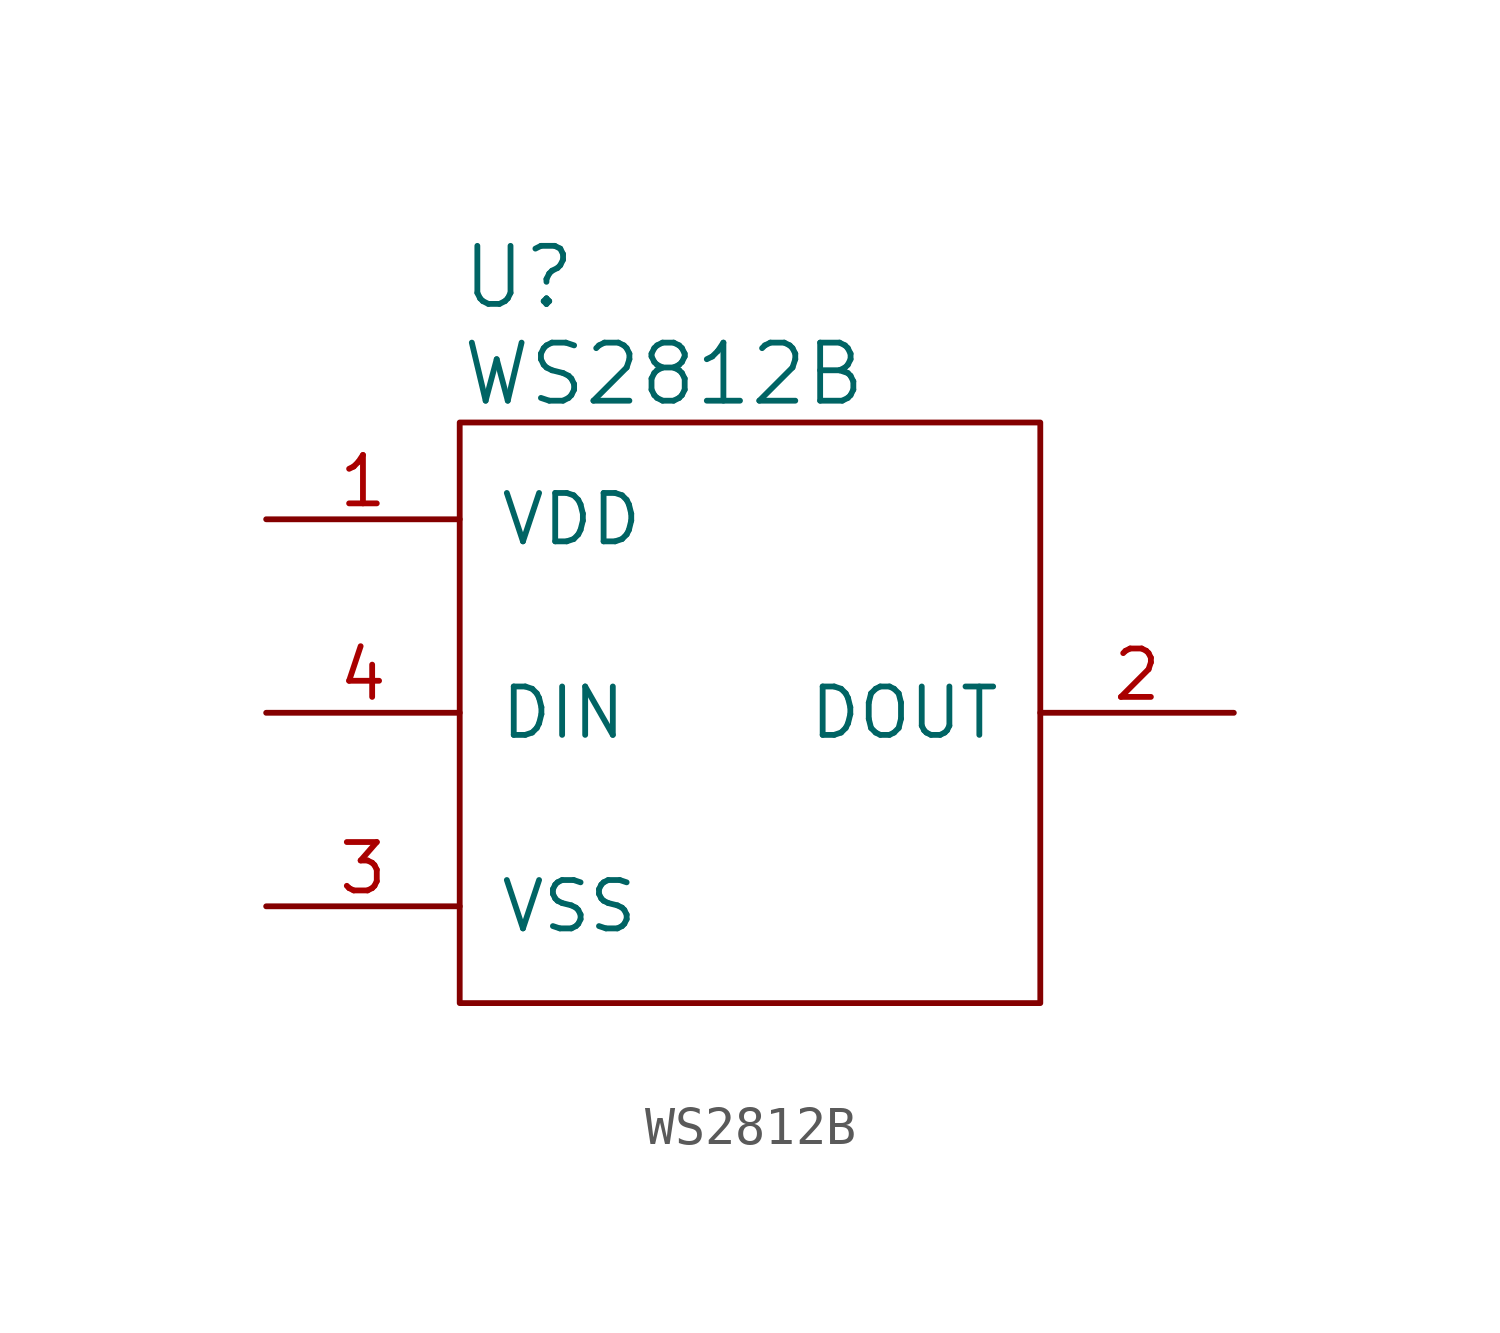
<source format=kicad_sym>
(kicad_symbol_lib
  (version 20211014)
  (generator kicad_symbol_editor)
  (symbol "WS2812B"
    (pin_names
      (offset 1.016))
    (property "Reference" "U"
      (at -2.54 19.05 0)
      (effects (font (size 1.524 1.524)) (justify left)))
    (property "Value" "WS2812B"
      (at -2.54 16.51 0)
      (effects (font (size 1.524 1.524)) (justify left)))
    (property "Footprint" ""
      (at 0 0 0)
      (effects (font (size 1.524 1.524))))
    (property "Datasheet" ""
      (at 0 0 0)
      (effects (font (size 1.524 1.524))))
    (symbol "WS2812B_0_1"
      (rectangle (start -2.54 15.24) (end 12.7 0) (stroke (width 0) (type default) (color 0 0 0 0)) (fill (type none))))
    (symbol "WS2812B_1_1"
      (pin power_in line (at -7.62 12.7 0) (length 5.08) (name "VDD" (effects (font (size 1.27 1.27)))) (number "1" (effects (font (size 1.27 1.27)))))
      (pin output line (at 17.78 7.62 180) (length 5.08) (name "DOUT" (effects (font (size 1.27 1.27)))) (number "2" (effects (font (size 1.27 1.27)))))
      (pin power_in line (at -7.62 2.54 0) (length 5.08) (name "VSS" (effects (font (size 1.27 1.27)))) (number "3" (effects (font (size 1.27 1.27)))))
      (pin input line (at -7.62 7.62 0) (length 5.08) (name "DIN" (effects (font (size 1.27 1.27)))) (number "4" (effects (font (size 1.27 1.27))))))))
</source>
